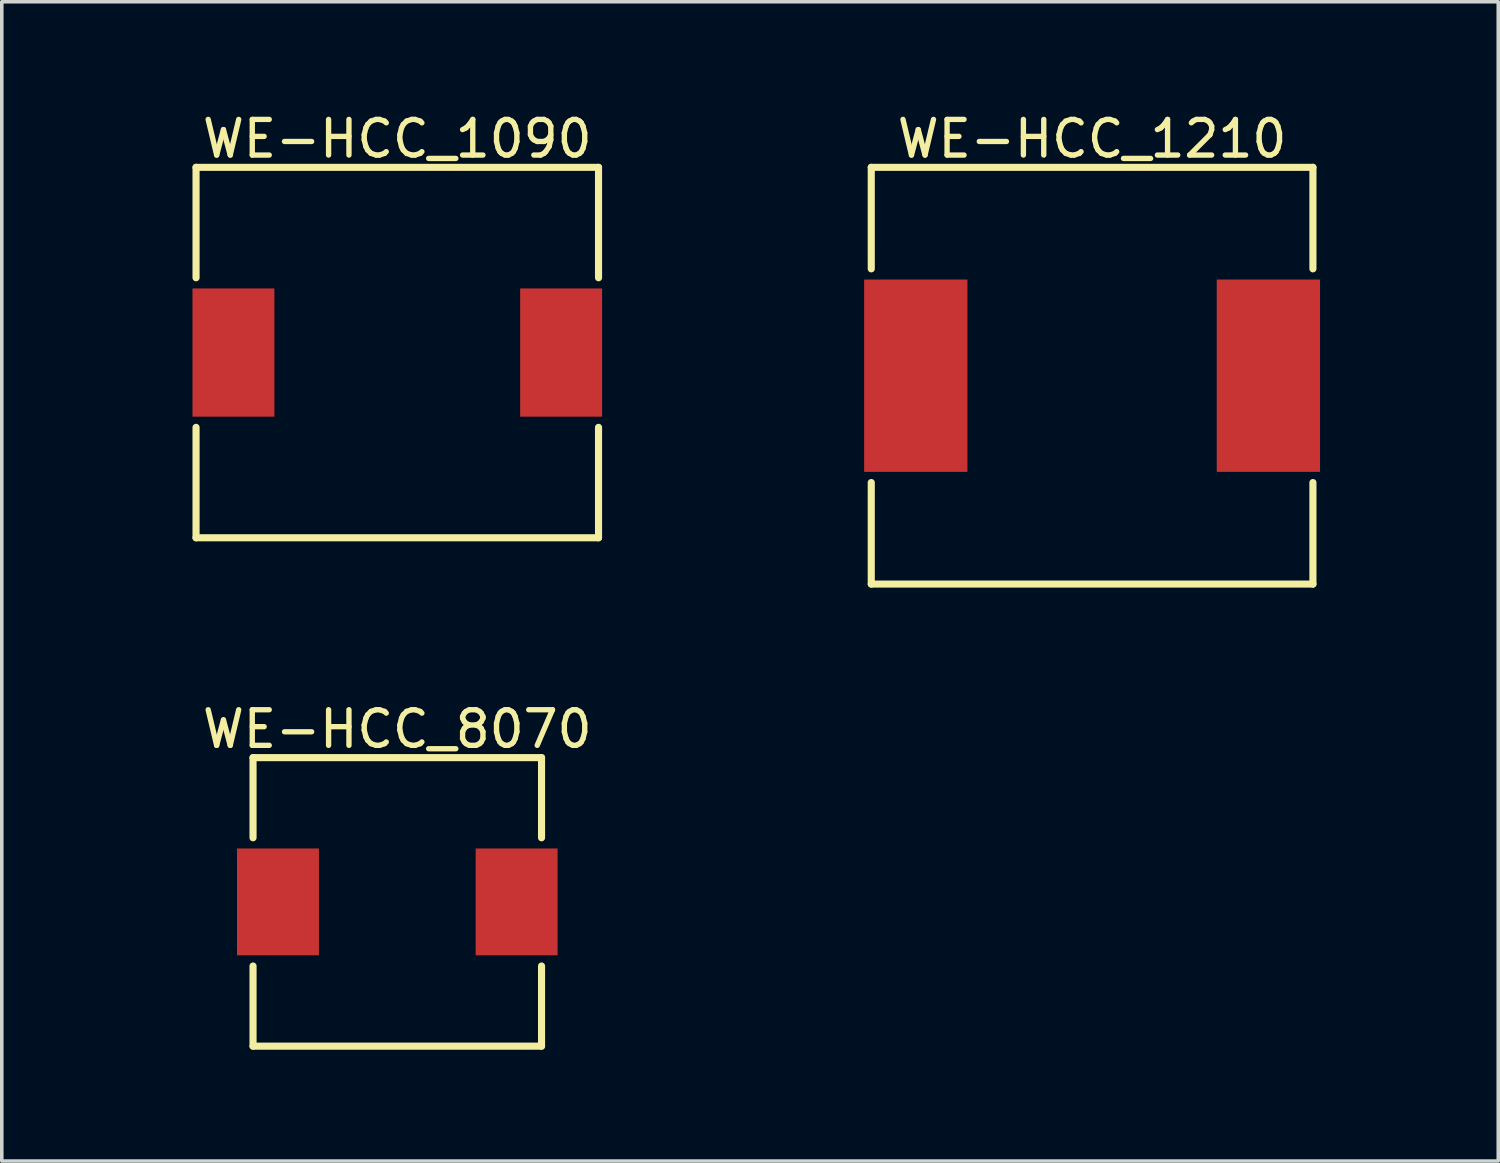
<source format=kicad_pcb>
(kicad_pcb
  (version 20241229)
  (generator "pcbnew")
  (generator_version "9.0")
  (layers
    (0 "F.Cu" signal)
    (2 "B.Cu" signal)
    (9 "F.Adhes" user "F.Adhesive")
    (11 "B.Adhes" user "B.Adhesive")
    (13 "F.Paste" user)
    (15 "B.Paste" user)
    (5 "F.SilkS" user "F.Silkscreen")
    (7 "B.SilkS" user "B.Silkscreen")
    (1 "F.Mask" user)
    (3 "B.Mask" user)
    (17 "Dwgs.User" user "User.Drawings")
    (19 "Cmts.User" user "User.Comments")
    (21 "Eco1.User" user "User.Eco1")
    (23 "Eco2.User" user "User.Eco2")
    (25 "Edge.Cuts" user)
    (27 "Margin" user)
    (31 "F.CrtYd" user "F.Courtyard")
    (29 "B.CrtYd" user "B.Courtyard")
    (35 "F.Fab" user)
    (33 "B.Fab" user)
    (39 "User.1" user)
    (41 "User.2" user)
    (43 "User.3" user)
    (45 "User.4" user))
  (footprint "WE-HCC_1210"
    (layer "F.Cu")
    (at 27.611 7.498)
    (property "Reference" "WE-HCC_1210" (at 0 -6.65 0) (layer "F.SilkS") (effects (font (size 1 1) (thickness 0.15))))
    (fp_line (start -6.2 -5.85) (end 6.2 -5.85) (stroke (width 0.2) (type solid)) (layer "F.SilkS"))
    (fp_line (start -6.2 -3) (end -6.2 -5.85) (stroke (width 0.2) (type solid)) (layer "F.SilkS"))
    (fp_line (start -6.2 5.85) (end -6.2 3) (stroke (width 0.2) (type solid)) (layer "F.SilkS"))
    (fp_line (start -6.2 5.85) (end 6.2 5.85) (stroke (width 0.2) (type solid)) (layer "F.SilkS"))
    (fp_line (start 6.2 -3) (end 6.2 -5.85) (stroke (width 0.2) (type solid)) (layer "F.SilkS"))
    (fp_line (start 6.2 5.85) (end 6.2 3) (stroke (width 0.2) (type solid)) (layer "F.SilkS"))
    (fp_line (start -6.6 -6.05) (end 6.6 -6.05) (stroke (width 0.05) (type solid)) (layer "Eco2.User"))
    (fp_line (start -6.6 6.05) (end -6.6 -6.05) (stroke (width 0.05) (type solid)) (layer "Eco2.User"))
    (fp_line (start -6.6 6.05) (end 6.6 6.05) (stroke (width 0.05) (type solid)) (layer "Eco2.User"))
    (fp_line (start -6.05 -5.7) (end 6.05 -5.7) (stroke (width 0.1) (type solid)) (layer "Eco2.User"))
    (fp_line (start -6.05 5.7) (end -6.05 -5.7) (stroke (width 0.1) (type solid)) (layer "Eco2.User"))
    (fp_line (start -6.05 5.7) (end 6.05 5.7) (stroke (width 0.1) (type solid)) (layer "Eco2.User"))
    (fp_line (start -0.5 0) (end 0.5 0) (stroke (width 0.05) (type solid)) (layer "Eco2.User"))
    (fp_line (start 0 0.5) (end 0 -0.5) (stroke (width 0.05) (type solid)) (layer "Eco2.User"))
    (fp_line (start 6.05 5.7) (end 6.05 -5.7) (stroke (width 0.1) (type solid)) (layer "Eco2.User"))
    (fp_line (start 6.6 6.05) (end 6.6 -6.05) (stroke (width 0.05) (type solid)) (layer "Eco2.User"))
    (fp_text user "${REFERENCE}" (at 0.15 -0.197 0) (unlocked yes) (layer "Eco2.User") (effects (font (size 1.5 1.5) (thickness 0.15))))
    (pad "1" smd rect (at -4.95 0) (size 2.9 5.4) (layers "F.Cu" "F.Mask" "F.Paste"))
    (pad "2" smd rect (at 4.95 0) (size 2.9 5.4) (layers "F.Cu" "F.Mask" "F.Paste")))
  (footprint "WE-HCC_1090"
    (layer "F.Cu")
    (at 8.104 6.848)
    (property "Reference" "WE-HCC_1090" (at 0 -6 0) (layer "F.SilkS") (effects (font (size 1 1) (thickness 0.15))))
    (fp_line (start -5.65 -5.2) (end 5.65 -5.2) (stroke (width 0.2) (type solid)) (layer "F.SilkS"))
    (fp_line (start -5.65 -2.1) (end -5.65 -5.2) (stroke (width 0.2) (type solid)) (layer "F.SilkS"))
    (fp_line (start -5.65 5.2) (end -5.65 2.1) (stroke (width 0.2) (type solid)) (layer "F.SilkS"))
    (fp_line (start -5.65 5.2) (end 5.65 5.2) (stroke (width 0.2) (type solid)) (layer "F.SilkS"))
    (fp_line (start 5.65 -2.1) (end 5.65 -5.2) (stroke (width 0.2) (type solid)) (layer "F.SilkS"))
    (fp_line (start 5.65 5.2) (end 5.65 2.1) (stroke (width 0.2) (type solid)) (layer "F.SilkS"))
    (fp_line (start -5.95 -5.4) (end 5.95 -5.4) (stroke (width 0.05) (type solid)) (layer "Eco2.User"))
    (fp_line (start -5.95 5.4) (end -5.95 -5.4) (stroke (width 0.05) (type solid)) (layer "Eco2.User"))
    (fp_line (start -5.95 5.4) (end 5.95 5.4) (stroke (width 0.05) (type solid)) (layer "Eco2.User"))
    (fp_line (start -5.45 -5) (end 5.45 -5) (stroke (width 0.1) (type solid)) (layer "Eco2.User"))
    (fp_line (start -5.45 5) (end -5.45 -5) (stroke (width 0.1) (type solid)) (layer "Eco2.User"))
    (fp_line (start -5.45 5) (end 5.45 5) (stroke (width 0.1) (type solid)) (layer "Eco2.User"))
    (fp_line (start -0.5 0) (end 0.5 0) (stroke (width 0.05) (type solid)) (layer "Eco2.User"))
    (fp_line (start 0 0.5) (end 0 -0.5) (stroke (width 0.05) (type solid)) (layer "Eco2.User"))
    (fp_line (start 5.45 5) (end 5.45 -5) (stroke (width 0.1) (type solid)) (layer "Eco2.User"))
    (fp_line (start 5.95 5.4) (end 5.95 -5.4) (stroke (width 0.05) (type solid)) (layer "Eco2.User"))
    (fp_text user "${REFERENCE}" (at 0.15 -0.197 0) (unlocked yes) (layer "Eco2.User") (effects (font (size 1.5 1.5) (thickness 0.15))))
    (pad "1" smd rect (at -4.6 0) (size 2.3 3.6) (layers "F.Cu" "F.Mask" "F.Paste"))
    (pad "2" smd rect (at 4.6 0) (size 2.3 3.6) (layers "F.Cu" "F.Mask" "F.Paste")))
  (footprint "WE-HCC_8070"
    (layer "F.Cu")
    (at 8.104 22.271)
    (property "Reference" "WE-HCC_8070" (at 0 -4.85 0) (layer "F.SilkS") (effects (font (size 1 1) (thickness 0.15))))
    (fp_line (start -4.05 -4.05) (end 4.05 -4.05) (stroke (width 0.2) (type solid)) (layer "F.SilkS"))
    (fp_line (start -4.05 -1.8) (end -4.05 -4.05) (stroke (width 0.2) (type solid)) (layer "F.SilkS"))
    (fp_line (start -4.05 4.05) (end -4.05 1.8) (stroke (width 0.2) (type solid)) (layer "F.SilkS"))
    (fp_line (start -4.05 4.05) (end 4.05 4.05) (stroke (width 0.2) (type solid)) (layer "F.SilkS"))
    (fp_line (start 4.05 -1.8) (end 4.05 -4.05) (stroke (width 0.2) (type solid)) (layer "F.SilkS"))
    (fp_line (start 4.05 4.05) (end 4.05 1.8) (stroke (width 0.2) (type solid)) (layer "F.SilkS"))
    (fp_line (start -4.7 -4.25) (end 4.7 -4.25) (stroke (width 0.05) (type solid)) (layer "Eco2.User"))
    (fp_line (start -4.7 4.25) (end -4.7 -4.25) (stroke (width 0.05) (type solid)) (layer "Eco2.User"))
    (fp_line (start -4.7 4.25) (end 4.7 4.25) (stroke (width 0.05) (type solid)) (layer "Eco2.User"))
    (fp_line (start -3.95 -3.95) (end 3.95 -3.95) (stroke (width 0.1) (type solid)) (layer "Eco2.User"))
    (fp_line (start -3.95 3.95) (end -3.95 -3.95) (stroke (width 0.1) (type solid)) (layer "Eco2.User"))
    (fp_line (start -3.95 3.95) (end 3.95 3.95) (stroke (width 0.1) (type solid)) (layer "Eco2.User"))
    (fp_line (start -0.5 0) (end 0.5 0) (stroke (width 0.05) (type solid)) (layer "Eco2.User"))
    (fp_line (start 0 0.5) (end 0 -0.5) (stroke (width 0.05) (type solid)) (layer "Eco2.User"))
    (fp_line (start 3.95 3.95) (end 3.95 -3.95) (stroke (width 0.1) (type solid)) (layer "Eco2.User"))
    (fp_line (start 4.7 4.25) (end 4.7 -4.25) (stroke (width 0.05) (type solid)) (layer "Eco2.User"))
    (fp_text user "${REFERENCE}" (at 0.15 -0.197 0) (unlocked yes) (layer "Eco2.User") (effects (font (size 1.5 1.5) (thickness 0.15))))
    (pad "1" smd rect (at -3.35 0) (size 2.3 3) (layers "F.Cu" "F.Mask" "F.Paste"))
    (pad "2" smd rect (at 3.35 0) (size 2.3 3) (layers "F.Cu" "F.Mask" "F.Paste")))
  (gr_rect
    (start -3 -3)
    (end 39.014 29.547)
    (stroke (width 0.1) (type default))
    (fill no)
    (layer "Edge.Cuts")))
</source>
